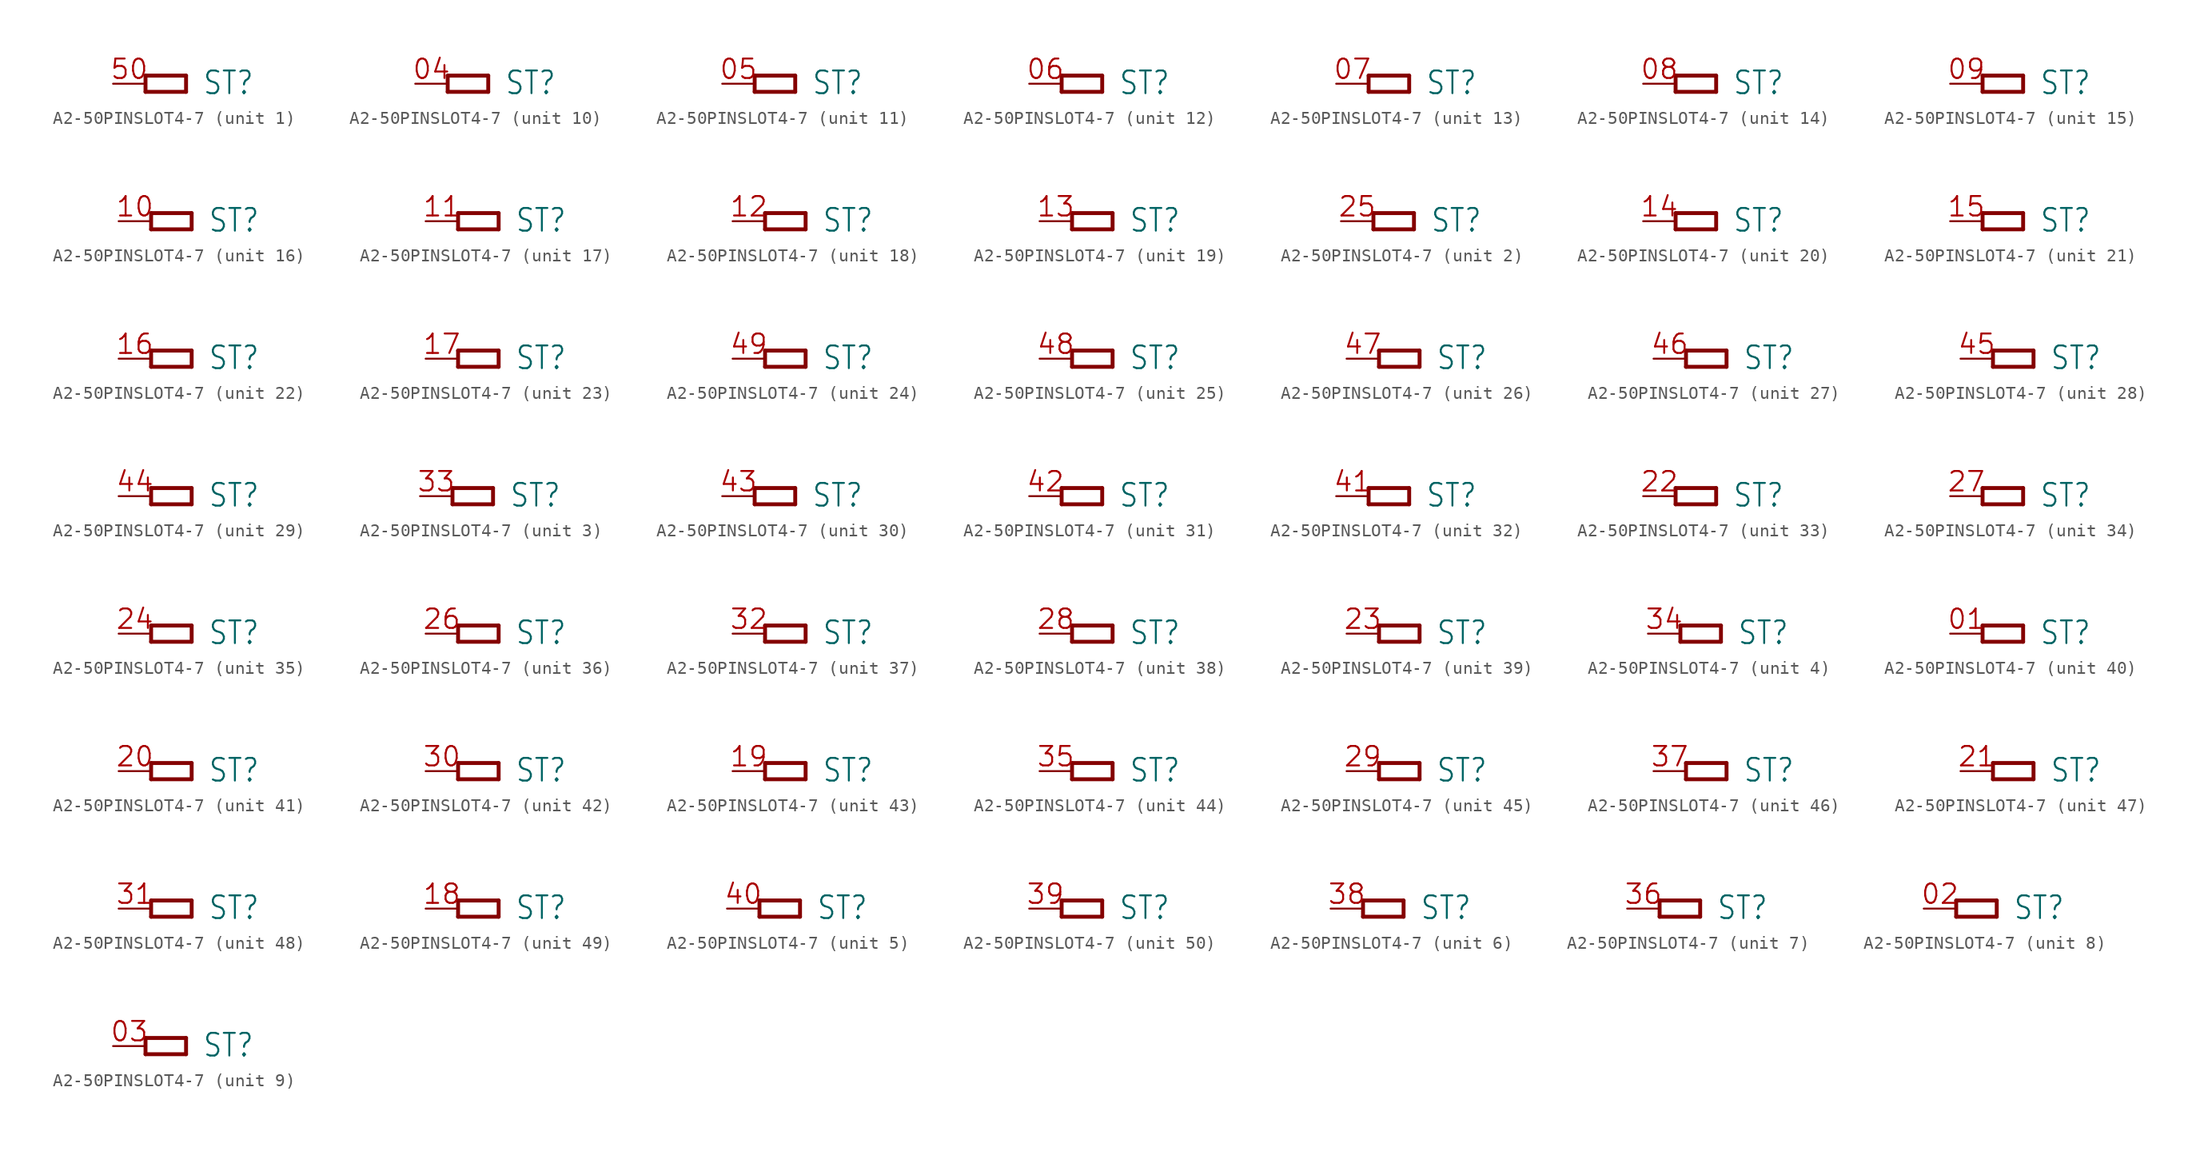
<source format=kicad_sym>
(kicad_symbol_lib
  (version 20241209)
  (generator "kicad_symbol_editor")
  (generator_version "9.0")
  (symbol "A2-50PINSLOT4-7"
    (property "Reference" "ST"
      (at 4.445 -0.965 0)
      (effects (font (size 1.778 1.511)) (justify left bottom)))
    (property "ki_locked" ""
      (at 0 0 0)
      (effects (font (size 1.27 1.27))))
    (symbol "A2-50PINSLOT4-7_1_0"
      (polyline (pts (xy 0 0.635) (xy 3.175 0.635)) (stroke (width 0.305) (type solid)) (fill (type none)))
      (polyline (pts (xy 0 -0.635) (xy 0 0.635)) (stroke (width 0.305) (type solid)) (fill (type none)))
      (polyline (pts (xy 3.175 0.635) (xy 3.175 -0.635)) (stroke (width 0.305) (type solid)) (fill (type none)))
      (polyline (pts (xy 3.175 -0.635) (xy 0 -0.635)) (stroke (width 0.305) (type solid)) (fill (type none)))
      (pin bidirectional line (at -2.54 0 0) (length 2.54) (name "P" (effects (font (size 0 0)))) (number "50" (effects (font (size 1.524 1.524))))))
    (symbol "A2-50PINSLOT4-7_2_0"
      (polyline (pts (xy 0 0.635) (xy 3.175 0.635)) (stroke (width 0.305) (type solid)) (fill (type none)))
      (polyline (pts (xy 0 -0.635) (xy 0 0.635)) (stroke (width 0.305) (type solid)) (fill (type none)))
      (polyline (pts (xy 3.175 0.635) (xy 3.175 -0.635)) (stroke (width 0.305) (type solid)) (fill (type none)))
      (polyline (pts (xy 3.175 -0.635) (xy 0 -0.635)) (stroke (width 0.305) (type solid)) (fill (type none)))
      (pin bidirectional line (at -2.54 0 0) (length 2.54) (name "P" (effects (font (size 0 0)))) (number "25" (effects (font (size 1.524 1.524))))))
    (symbol "A2-50PINSLOT4-7_3_0"
      (polyline (pts (xy 0 0.635) (xy 3.175 0.635)) (stroke (width 0.305) (type solid)) (fill (type none)))
      (polyline (pts (xy 0 -0.635) (xy 0 0.635)) (stroke (width 0.305) (type solid)) (fill (type none)))
      (polyline (pts (xy 3.175 0.635) (xy 3.175 -0.635)) (stroke (width 0.305) (type solid)) (fill (type none)))
      (polyline (pts (xy 3.175 -0.635) (xy 0 -0.635)) (stroke (width 0.305) (type solid)) (fill (type none)))
      (pin bidirectional line (at -2.54 0 0) (length 2.54) (name "P" (effects (font (size 0 0)))) (number "33" (effects (font (size 1.524 1.524))))))
    (symbol "A2-50PINSLOT4-7_4_0"
      (polyline (pts (xy 0 0.635) (xy 3.175 0.635)) (stroke (width 0.305) (type solid)) (fill (type none)))
      (polyline (pts (xy 0 -0.635) (xy 0 0.635)) (stroke (width 0.305) (type solid)) (fill (type none)))
      (polyline (pts (xy 3.175 0.635) (xy 3.175 -0.635)) (stroke (width 0.305) (type solid)) (fill (type none)))
      (polyline (pts (xy 3.175 -0.635) (xy 0 -0.635)) (stroke (width 0.305) (type solid)) (fill (type none)))
      (pin bidirectional line (at -2.54 0 0) (length 2.54) (name "P" (effects (font (size 0 0)))) (number "34" (effects (font (size 1.524 1.524))))))
    (symbol "A2-50PINSLOT4-7_5_0"
      (polyline (pts (xy 0 0.635) (xy 3.175 0.635)) (stroke (width 0.305) (type solid)) (fill (type none)))
      (polyline (pts (xy 0 -0.635) (xy 0 0.635)) (stroke (width 0.305) (type solid)) (fill (type none)))
      (polyline (pts (xy 3.175 0.635) (xy 3.175 -0.635)) (stroke (width 0.305) (type solid)) (fill (type none)))
      (polyline (pts (xy 3.175 -0.635) (xy 0 -0.635)) (stroke (width 0.305) (type solid)) (fill (type none)))
      (pin bidirectional line (at -2.54 0 0) (length 2.54) (name "P" (effects (font (size 0 0)))) (number "40" (effects (font (size 1.524 1.524))))))
    (symbol "A2-50PINSLOT4-7_6_0"
      (polyline (pts (xy 0 0.635) (xy 3.175 0.635)) (stroke (width 0.305) (type solid)) (fill (type none)))
      (polyline (pts (xy 0 -0.635) (xy 0 0.635)) (stroke (width 0.305) (type solid)) (fill (type none)))
      (polyline (pts (xy 3.175 0.635) (xy 3.175 -0.635)) (stroke (width 0.305) (type solid)) (fill (type none)))
      (polyline (pts (xy 3.175 -0.635) (xy 0 -0.635)) (stroke (width 0.305) (type solid)) (fill (type none)))
      (pin bidirectional line (at -2.54 0 0) (length 2.54) (name "P" (effects (font (size 0 0)))) (number "38" (effects (font (size 1.524 1.524))))))
    (symbol "A2-50PINSLOT4-7_7_0"
      (polyline (pts (xy 0 0.635) (xy 3.175 0.635)) (stroke (width 0.305) (type solid)) (fill (type none)))
      (polyline (pts (xy 0 -0.635) (xy 0 0.635)) (stroke (width 0.305) (type solid)) (fill (type none)))
      (polyline (pts (xy 3.175 0.635) (xy 3.175 -0.635)) (stroke (width 0.305) (type solid)) (fill (type none)))
      (polyline (pts (xy 3.175 -0.635) (xy 0 -0.635)) (stroke (width 0.305) (type solid)) (fill (type none)))
      (pin bidirectional line (at -2.54 0 0) (length 2.54) (name "P" (effects (font (size 0 0)))) (number "36" (effects (font (size 1.524 1.524))))))
    (symbol "A2-50PINSLOT4-7_8_0"
      (polyline (pts (xy 0 0.635) (xy 3.175 0.635)) (stroke (width 0.305) (type solid)) (fill (type none)))
      (polyline (pts (xy 0 -0.635) (xy 0 0.635)) (stroke (width 0.305) (type solid)) (fill (type none)))
      (polyline (pts (xy 3.175 0.635) (xy 3.175 -0.635)) (stroke (width 0.305) (type solid)) (fill (type none)))
      (polyline (pts (xy 3.175 -0.635) (xy 0 -0.635)) (stroke (width 0.305) (type solid)) (fill (type none)))
      (pin bidirectional line (at -2.54 0 0) (length 2.54) (name "P" (effects (font (size 0 0)))) (number "02" (effects (font (size 1.524 1.524))))))
    (symbol "A2-50PINSLOT4-7_9_0"
      (polyline (pts (xy 0 0.635) (xy 3.175 0.635)) (stroke (width 0.305) (type solid)) (fill (type none)))
      (polyline (pts (xy 0 -0.635) (xy 0 0.635)) (stroke (width 0.305) (type solid)) (fill (type none)))
      (polyline (pts (xy 3.175 0.635) (xy 3.175 -0.635)) (stroke (width 0.305) (type solid)) (fill (type none)))
      (polyline (pts (xy 3.175 -0.635) (xy 0 -0.635)) (stroke (width 0.305) (type solid)) (fill (type none)))
      (pin bidirectional line (at -2.54 0 0) (length 2.54) (name "P" (effects (font (size 0 0)))) (number "03" (effects (font (size 1.524 1.524))))))
    (symbol "A2-50PINSLOT4-7_10_0"
      (polyline (pts (xy 0 0.635) (xy 3.175 0.635)) (stroke (width 0.305) (type solid)) (fill (type none)))
      (polyline (pts (xy 0 -0.635) (xy 0 0.635)) (stroke (width 0.305) (type solid)) (fill (type none)))
      (polyline (pts (xy 3.175 0.635) (xy 3.175 -0.635)) (stroke (width 0.305) (type solid)) (fill (type none)))
      (polyline (pts (xy 3.175 -0.635) (xy 0 -0.635)) (stroke (width 0.305) (type solid)) (fill (type none)))
      (pin bidirectional line (at -2.54 0 0) (length 2.54) (name "P" (effects (font (size 0 0)))) (number "04" (effects (font (size 1.524 1.524))))))
    (symbol "A2-50PINSLOT4-7_11_0"
      (polyline (pts (xy 0 0.635) (xy 3.175 0.635)) (stroke (width 0.305) (type solid)) (fill (type none)))
      (polyline (pts (xy 0 -0.635) (xy 0 0.635)) (stroke (width 0.305) (type solid)) (fill (type none)))
      (polyline (pts (xy 3.175 0.635) (xy 3.175 -0.635)) (stroke (width 0.305) (type solid)) (fill (type none)))
      (polyline (pts (xy 3.175 -0.635) (xy 0 -0.635)) (stroke (width 0.305) (type solid)) (fill (type none)))
      (pin bidirectional line (at -2.54 0 0) (length 2.54) (name "P" (effects (font (size 0 0)))) (number "05" (effects (font (size 1.524 1.524))))))
    (symbol "A2-50PINSLOT4-7_12_0"
      (polyline (pts (xy 0 0.635) (xy 3.175 0.635)) (stroke (width 0.305) (type solid)) (fill (type none)))
      (polyline (pts (xy 0 -0.635) (xy 0 0.635)) (stroke (width 0.305) (type solid)) (fill (type none)))
      (polyline (pts (xy 3.175 0.635) (xy 3.175 -0.635)) (stroke (width 0.305) (type solid)) (fill (type none)))
      (polyline (pts (xy 3.175 -0.635) (xy 0 -0.635)) (stroke (width 0.305) (type solid)) (fill (type none)))
      (pin bidirectional line (at -2.54 0 0) (length 2.54) (name "P" (effects (font (size 0 0)))) (number "06" (effects (font (size 1.524 1.524))))))
    (symbol "A2-50PINSLOT4-7_13_0"
      (polyline (pts (xy 0 0.635) (xy 3.175 0.635)) (stroke (width 0.305) (type solid)) (fill (type none)))
      (polyline (pts (xy 0 -0.635) (xy 0 0.635)) (stroke (width 0.305) (type solid)) (fill (type none)))
      (polyline (pts (xy 3.175 0.635) (xy 3.175 -0.635)) (stroke (width 0.305) (type solid)) (fill (type none)))
      (polyline (pts (xy 3.175 -0.635) (xy 0 -0.635)) (stroke (width 0.305) (type solid)) (fill (type none)))
      (pin bidirectional line (at -2.54 0 0) (length 2.54) (name "P" (effects (font (size 0 0)))) (number "07" (effects (font (size 1.524 1.524))))))
    (symbol "A2-50PINSLOT4-7_14_0"
      (polyline (pts (xy 0 0.635) (xy 3.175 0.635)) (stroke (width 0.305) (type solid)) (fill (type none)))
      (polyline (pts (xy 0 -0.635) (xy 0 0.635)) (stroke (width 0.305) (type solid)) (fill (type none)))
      (polyline (pts (xy 3.175 0.635) (xy 3.175 -0.635)) (stroke (width 0.305) (type solid)) (fill (type none)))
      (polyline (pts (xy 3.175 -0.635) (xy 0 -0.635)) (stroke (width 0.305) (type solid)) (fill (type none)))
      (pin bidirectional line (at -2.54 0 0) (length 2.54) (name "P" (effects (font (size 0 0)))) (number "08" (effects (font (size 1.524 1.524))))))
    (symbol "A2-50PINSLOT4-7_15_0"
      (polyline (pts (xy 0 0.635) (xy 3.175 0.635)) (stroke (width 0.305) (type solid)) (fill (type none)))
      (polyline (pts (xy 0 -0.635) (xy 0 0.635)) (stroke (width 0.305) (type solid)) (fill (type none)))
      (polyline (pts (xy 3.175 0.635) (xy 3.175 -0.635)) (stroke (width 0.305) (type solid)) (fill (type none)))
      (polyline (pts (xy 3.175 -0.635) (xy 0 -0.635)) (stroke (width 0.305) (type solid)) (fill (type none)))
      (pin bidirectional line (at -2.54 0 0) (length 2.54) (name "P" (effects (font (size 0 0)))) (number "09" (effects (font (size 1.524 1.524))))))
    (symbol "A2-50PINSLOT4-7_16_0"
      (polyline (pts (xy 0 0.635) (xy 3.175 0.635)) (stroke (width 0.305) (type solid)) (fill (type none)))
      (polyline (pts (xy 0 -0.635) (xy 0 0.635)) (stroke (width 0.305) (type solid)) (fill (type none)))
      (polyline (pts (xy 3.175 0.635) (xy 3.175 -0.635)) (stroke (width 0.305) (type solid)) (fill (type none)))
      (polyline (pts (xy 3.175 -0.635) (xy 0 -0.635)) (stroke (width 0.305) (type solid)) (fill (type none)))
      (pin bidirectional line (at -2.54 0 0) (length 2.54) (name "P" (effects (font (size 0 0)))) (number "10" (effects (font (size 1.524 1.524))))))
    (symbol "A2-50PINSLOT4-7_17_0"
      (polyline (pts (xy 0 0.635) (xy 3.175 0.635)) (stroke (width 0.305) (type solid)) (fill (type none)))
      (polyline (pts (xy 0 -0.635) (xy 0 0.635)) (stroke (width 0.305) (type solid)) (fill (type none)))
      (polyline (pts (xy 3.175 0.635) (xy 3.175 -0.635)) (stroke (width 0.305) (type solid)) (fill (type none)))
      (polyline (pts (xy 3.175 -0.635) (xy 0 -0.635)) (stroke (width 0.305) (type solid)) (fill (type none)))
      (pin bidirectional line (at -2.54 0 0) (length 2.54) (name "P" (effects (font (size 0 0)))) (number "11" (effects (font (size 1.524 1.524))))))
    (symbol "A2-50PINSLOT4-7_18_0"
      (polyline (pts (xy 0 0.635) (xy 3.175 0.635)) (stroke (width 0.305) (type solid)) (fill (type none)))
      (polyline (pts (xy 0 -0.635) (xy 0 0.635)) (stroke (width 0.305) (type solid)) (fill (type none)))
      (polyline (pts (xy 3.175 0.635) (xy 3.175 -0.635)) (stroke (width 0.305) (type solid)) (fill (type none)))
      (polyline (pts (xy 3.175 -0.635) (xy 0 -0.635)) (stroke (width 0.305) (type solid)) (fill (type none)))
      (pin bidirectional line (at -2.54 0 0) (length 2.54) (name "P" (effects (font (size 0 0)))) (number "12" (effects (font (size 1.524 1.524))))))
    (symbol "A2-50PINSLOT4-7_19_0"
      (polyline (pts (xy 0 0.635) (xy 3.175 0.635)) (stroke (width 0.305) (type solid)) (fill (type none)))
      (polyline (pts (xy 0 -0.635) (xy 0 0.635)) (stroke (width 0.305) (type solid)) (fill (type none)))
      (polyline (pts (xy 3.175 0.635) (xy 3.175 -0.635)) (stroke (width 0.305) (type solid)) (fill (type none)))
      (polyline (pts (xy 3.175 -0.635) (xy 0 -0.635)) (stroke (width 0.305) (type solid)) (fill (type none)))
      (pin bidirectional line (at -2.54 0 0) (length 2.54) (name "P" (effects (font (size 0 0)))) (number "13" (effects (font (size 1.524 1.524))))))
    (symbol "A2-50PINSLOT4-7_20_0"
      (polyline (pts (xy 0 0.635) (xy 3.175 0.635)) (stroke (width 0.305) (type solid)) (fill (type none)))
      (polyline (pts (xy 0 -0.635) (xy 0 0.635)) (stroke (width 0.305) (type solid)) (fill (type none)))
      (polyline (pts (xy 3.175 0.635) (xy 3.175 -0.635)) (stroke (width 0.305) (type solid)) (fill (type none)))
      (polyline (pts (xy 3.175 -0.635) (xy 0 -0.635)) (stroke (width 0.305) (type solid)) (fill (type none)))
      (pin bidirectional line (at -2.54 0 0) (length 2.54) (name "P" (effects (font (size 0 0)))) (number "14" (effects (font (size 1.524 1.524))))))
    (symbol "A2-50PINSLOT4-7_21_0"
      (polyline (pts (xy 0 0.635) (xy 3.175 0.635)) (stroke (width 0.305) (type solid)) (fill (type none)))
      (polyline (pts (xy 0 -0.635) (xy 0 0.635)) (stroke (width 0.305) (type solid)) (fill (type none)))
      (polyline (pts (xy 3.175 0.635) (xy 3.175 -0.635)) (stroke (width 0.305) (type solid)) (fill (type none)))
      (polyline (pts (xy 3.175 -0.635) (xy 0 -0.635)) (stroke (width 0.305) (type solid)) (fill (type none)))
      (pin bidirectional line (at -2.54 0 0) (length 2.54) (name "P" (effects (font (size 0 0)))) (number "15" (effects (font (size 1.524 1.524))))))
    (symbol "A2-50PINSLOT4-7_22_0"
      (polyline (pts (xy 0 0.635) (xy 3.175 0.635)) (stroke (width 0.305) (type solid)) (fill (type none)))
      (polyline (pts (xy 0 -0.635) (xy 0 0.635)) (stroke (width 0.305) (type solid)) (fill (type none)))
      (polyline (pts (xy 3.175 0.635) (xy 3.175 -0.635)) (stroke (width 0.305) (type solid)) (fill (type none)))
      (polyline (pts (xy 3.175 -0.635) (xy 0 -0.635)) (stroke (width 0.305) (type solid)) (fill (type none)))
      (pin bidirectional line (at -2.54 0 0) (length 2.54) (name "P" (effects (font (size 0 0)))) (number "16" (effects (font (size 1.524 1.524))))))
    (symbol "A2-50PINSLOT4-7_23_0"
      (polyline (pts (xy 0 0.635) (xy 3.175 0.635)) (stroke (width 0.305) (type solid)) (fill (type none)))
      (polyline (pts (xy 0 -0.635) (xy 0 0.635)) (stroke (width 0.305) (type solid)) (fill (type none)))
      (polyline (pts (xy 3.175 0.635) (xy 3.175 -0.635)) (stroke (width 0.305) (type solid)) (fill (type none)))
      (polyline (pts (xy 3.175 -0.635) (xy 0 -0.635)) (stroke (width 0.305) (type solid)) (fill (type none)))
      (pin bidirectional line (at -2.54 0 0) (length 2.54) (name "P" (effects (font (size 0 0)))) (number "17" (effects (font (size 1.524 1.524))))))
    (symbol "A2-50PINSLOT4-7_24_0"
      (polyline (pts (xy 0 0.635) (xy 3.175 0.635)) (stroke (width 0.305) (type solid)) (fill (type none)))
      (polyline (pts (xy 0 -0.635) (xy 0 0.635)) (stroke (width 0.305) (type solid)) (fill (type none)))
      (polyline (pts (xy 3.175 0.635) (xy 3.175 -0.635)) (stroke (width 0.305) (type solid)) (fill (type none)))
      (polyline (pts (xy 3.175 -0.635) (xy 0 -0.635)) (stroke (width 0.305) (type solid)) (fill (type none)))
      (pin bidirectional line (at -2.54 0 0) (length 2.54) (name "P" (effects (font (size 0 0)))) (number "49" (effects (font (size 1.524 1.524))))))
    (symbol "A2-50PINSLOT4-7_25_0"
      (polyline (pts (xy 0 0.635) (xy 3.175 0.635)) (stroke (width 0.305) (type solid)) (fill (type none)))
      (polyline (pts (xy 0 -0.635) (xy 0 0.635)) (stroke (width 0.305) (type solid)) (fill (type none)))
      (polyline (pts (xy 3.175 0.635) (xy 3.175 -0.635)) (stroke (width 0.305) (type solid)) (fill (type none)))
      (polyline (pts (xy 3.175 -0.635) (xy 0 -0.635)) (stroke (width 0.305) (type solid)) (fill (type none)))
      (pin bidirectional line (at -2.54 0 0) (length 2.54) (name "P" (effects (font (size 0 0)))) (number "48" (effects (font (size 1.524 1.524))))))
    (symbol "A2-50PINSLOT4-7_26_0"
      (polyline (pts (xy 0 0.635) (xy 3.175 0.635)) (stroke (width 0.305) (type solid)) (fill (type none)))
      (polyline (pts (xy 0 -0.635) (xy 0 0.635)) (stroke (width 0.305) (type solid)) (fill (type none)))
      (polyline (pts (xy 3.175 0.635) (xy 3.175 -0.635)) (stroke (width 0.305) (type solid)) (fill (type none)))
      (polyline (pts (xy 3.175 -0.635) (xy 0 -0.635)) (stroke (width 0.305) (type solid)) (fill (type none)))
      (pin bidirectional line (at -2.54 0 0) (length 2.54) (name "P" (effects (font (size 0 0)))) (number "47" (effects (font (size 1.524 1.524))))))
    (symbol "A2-50PINSLOT4-7_27_0"
      (polyline (pts (xy 0 0.635) (xy 3.175 0.635)) (stroke (width 0.305) (type solid)) (fill (type none)))
      (polyline (pts (xy 0 -0.635) (xy 0 0.635)) (stroke (width 0.305) (type solid)) (fill (type none)))
      (polyline (pts (xy 3.175 0.635) (xy 3.175 -0.635)) (stroke (width 0.305) (type solid)) (fill (type none)))
      (polyline (pts (xy 3.175 -0.635) (xy 0 -0.635)) (stroke (width 0.305) (type solid)) (fill (type none)))
      (pin bidirectional line (at -2.54 0 0) (length 2.54) (name "P" (effects (font (size 0 0)))) (number "46" (effects (font (size 1.524 1.524))))))
    (symbol "A2-50PINSLOT4-7_28_0"
      (polyline (pts (xy 0 0.635) (xy 3.175 0.635)) (stroke (width 0.305) (type solid)) (fill (type none)))
      (polyline (pts (xy 0 -0.635) (xy 0 0.635)) (stroke (width 0.305) (type solid)) (fill (type none)))
      (polyline (pts (xy 3.175 0.635) (xy 3.175 -0.635)) (stroke (width 0.305) (type solid)) (fill (type none)))
      (polyline (pts (xy 3.175 -0.635) (xy 0 -0.635)) (stroke (width 0.305) (type solid)) (fill (type none)))
      (pin bidirectional line (at -2.54 0 0) (length 2.54) (name "P" (effects (font (size 0 0)))) (number "45" (effects (font (size 1.524 1.524))))))
    (symbol "A2-50PINSLOT4-7_29_0"
      (polyline (pts (xy 0 0.635) (xy 3.175 0.635)) (stroke (width 0.305) (type solid)) (fill (type none)))
      (polyline (pts (xy 0 -0.635) (xy 0 0.635)) (stroke (width 0.305) (type solid)) (fill (type none)))
      (polyline (pts (xy 3.175 0.635) (xy 3.175 -0.635)) (stroke (width 0.305) (type solid)) (fill (type none)))
      (polyline (pts (xy 3.175 -0.635) (xy 0 -0.635)) (stroke (width 0.305) (type solid)) (fill (type none)))
      (pin bidirectional line (at -2.54 0 0) (length 2.54) (name "P" (effects (font (size 0 0)))) (number "44" (effects (font (size 1.524 1.524))))))
    (symbol "A2-50PINSLOT4-7_30_0"
      (polyline (pts (xy 0 0.635) (xy 3.175 0.635)) (stroke (width 0.305) (type solid)) (fill (type none)))
      (polyline (pts (xy 0 -0.635) (xy 0 0.635)) (stroke (width 0.305) (type solid)) (fill (type none)))
      (polyline (pts (xy 3.175 0.635) (xy 3.175 -0.635)) (stroke (width 0.305) (type solid)) (fill (type none)))
      (polyline (pts (xy 3.175 -0.635) (xy 0 -0.635)) (stroke (width 0.305) (type solid)) (fill (type none)))
      (pin bidirectional line (at -2.54 0 0) (length 2.54) (name "P" (effects (font (size 0 0)))) (number "43" (effects (font (size 1.524 1.524))))))
    (symbol "A2-50PINSLOT4-7_31_0"
      (polyline (pts (xy 0 0.635) (xy 3.175 0.635)) (stroke (width 0.305) (type solid)) (fill (type none)))
      (polyline (pts (xy 0 -0.635) (xy 0 0.635)) (stroke (width 0.305) (type solid)) (fill (type none)))
      (polyline (pts (xy 3.175 0.635) (xy 3.175 -0.635)) (stroke (width 0.305) (type solid)) (fill (type none)))
      (polyline (pts (xy 3.175 -0.635) (xy 0 -0.635)) (stroke (width 0.305) (type solid)) (fill (type none)))
      (pin bidirectional line (at -2.54 0 0) (length 2.54) (name "P" (effects (font (size 0 0)))) (number "42" (effects (font (size 1.524 1.524))))))
    (symbol "A2-50PINSLOT4-7_32_0"
      (polyline (pts (xy 0 0.635) (xy 3.175 0.635)) (stroke (width 0.305) (type solid)) (fill (type none)))
      (polyline (pts (xy 0 -0.635) (xy 0 0.635)) (stroke (width 0.305) (type solid)) (fill (type none)))
      (polyline (pts (xy 3.175 0.635) (xy 3.175 -0.635)) (stroke (width 0.305) (type solid)) (fill (type none)))
      (polyline (pts (xy 3.175 -0.635) (xy 0 -0.635)) (stroke (width 0.305) (type solid)) (fill (type none)))
      (pin bidirectional line (at -2.54 0 0) (length 2.54) (name "P" (effects (font (size 0 0)))) (number "41" (effects (font (size 1.524 1.524))))))
    (symbol "A2-50PINSLOT4-7_33_0"
      (polyline (pts (xy 0 0.635) (xy 3.175 0.635)) (stroke (width 0.305) (type solid)) (fill (type none)))
      (polyline (pts (xy 0 -0.635) (xy 0 0.635)) (stroke (width 0.305) (type solid)) (fill (type none)))
      (polyline (pts (xy 3.175 0.635) (xy 3.175 -0.635)) (stroke (width 0.305) (type solid)) (fill (type none)))
      (polyline (pts (xy 3.175 -0.635) (xy 0 -0.635)) (stroke (width 0.305) (type solid)) (fill (type none)))
      (pin bidirectional line (at -2.54 0 0) (length 2.54) (name "P" (effects (font (size 0 0)))) (number "22" (effects (font (size 1.524 1.524))))))
    (symbol "A2-50PINSLOT4-7_34_0"
      (polyline (pts (xy 0 0.635) (xy 3.175 0.635)) (stroke (width 0.305) (type solid)) (fill (type none)))
      (polyline (pts (xy 0 -0.635) (xy 0 0.635)) (stroke (width 0.305) (type solid)) (fill (type none)))
      (polyline (pts (xy 3.175 0.635) (xy 3.175 -0.635)) (stroke (width 0.305) (type solid)) (fill (type none)))
      (polyline (pts (xy 3.175 -0.635) (xy 0 -0.635)) (stroke (width 0.305) (type solid)) (fill (type none)))
      (pin bidirectional line (at -2.54 0 0) (length 2.54) (name "P" (effects (font (size 0 0)))) (number "27" (effects (font (size 1.524 1.524))))))
    (symbol "A2-50PINSLOT4-7_35_0"
      (polyline (pts (xy 0 0.635) (xy 3.175 0.635)) (stroke (width 0.305) (type solid)) (fill (type none)))
      (polyline (pts (xy 0 -0.635) (xy 0 0.635)) (stroke (width 0.305) (type solid)) (fill (type none)))
      (polyline (pts (xy 3.175 0.635) (xy 3.175 -0.635)) (stroke (width 0.305) (type solid)) (fill (type none)))
      (polyline (pts (xy 3.175 -0.635) (xy 0 -0.635)) (stroke (width 0.305) (type solid)) (fill (type none)))
      (pin bidirectional line (at -2.54 0 0) (length 2.54) (name "P" (effects (font (size 0 0)))) (number "24" (effects (font (size 1.524 1.524))))))
    (symbol "A2-50PINSLOT4-7_36_0"
      (polyline (pts (xy 0 0.635) (xy 3.175 0.635)) (stroke (width 0.305) (type solid)) (fill (type none)))
      (polyline (pts (xy 0 -0.635) (xy 0 0.635)) (stroke (width 0.305) (type solid)) (fill (type none)))
      (polyline (pts (xy 3.175 0.635) (xy 3.175 -0.635)) (stroke (width 0.305) (type solid)) (fill (type none)))
      (polyline (pts (xy 3.175 -0.635) (xy 0 -0.635)) (stroke (width 0.305) (type solid)) (fill (type none)))
      (pin bidirectional line (at -2.54 0 0) (length 2.54) (name "P" (effects (font (size 0 0)))) (number "26" (effects (font (size 1.524 1.524))))))
    (symbol "A2-50PINSLOT4-7_37_0"
      (polyline (pts (xy 0 0.635) (xy 3.175 0.635)) (stroke (width 0.305) (type solid)) (fill (type none)))
      (polyline (pts (xy 0 -0.635) (xy 0 0.635)) (stroke (width 0.305) (type solid)) (fill (type none)))
      (polyline (pts (xy 3.175 0.635) (xy 3.175 -0.635)) (stroke (width 0.305) (type solid)) (fill (type none)))
      (polyline (pts (xy 3.175 -0.635) (xy 0 -0.635)) (stroke (width 0.305) (type solid)) (fill (type none)))
      (pin bidirectional line (at -2.54 0 0) (length 2.54) (name "P" (effects (font (size 0 0)))) (number "32" (effects (font (size 1.524 1.524))))))
    (symbol "A2-50PINSLOT4-7_38_0"
      (polyline (pts (xy 0 0.635) (xy 3.175 0.635)) (stroke (width 0.305) (type solid)) (fill (type none)))
      (polyline (pts (xy 0 -0.635) (xy 0 0.635)) (stroke (width 0.305) (type solid)) (fill (type none)))
      (polyline (pts (xy 3.175 0.635) (xy 3.175 -0.635)) (stroke (width 0.305) (type solid)) (fill (type none)))
      (polyline (pts (xy 3.175 -0.635) (xy 0 -0.635)) (stroke (width 0.305) (type solid)) (fill (type none)))
      (pin bidirectional line (at -2.54 0 0) (length 2.54) (name "P" (effects (font (size 0 0)))) (number "28" (effects (font (size 1.524 1.524))))))
    (symbol "A2-50PINSLOT4-7_39_0"
      (polyline (pts (xy 0 0.635) (xy 3.175 0.635)) (stroke (width 0.305) (type solid)) (fill (type none)))
      (polyline (pts (xy 0 -0.635) (xy 0 0.635)) (stroke (width 0.305) (type solid)) (fill (type none)))
      (polyline (pts (xy 3.175 0.635) (xy 3.175 -0.635)) (stroke (width 0.305) (type solid)) (fill (type none)))
      (polyline (pts (xy 3.175 -0.635) (xy 0 -0.635)) (stroke (width 0.305) (type solid)) (fill (type none)))
      (pin bidirectional line (at -2.54 0 0) (length 2.54) (name "P" (effects (font (size 0 0)))) (number "23" (effects (font (size 1.524 1.524))))))
    (symbol "A2-50PINSLOT4-7_40_0"
      (polyline (pts (xy 0 0.635) (xy 3.175 0.635)) (stroke (width 0.305) (type solid)) (fill (type none)))
      (polyline (pts (xy 0 -0.635) (xy 0 0.635)) (stroke (width 0.305) (type solid)) (fill (type none)))
      (polyline (pts (xy 3.175 0.635) (xy 3.175 -0.635)) (stroke (width 0.305) (type solid)) (fill (type none)))
      (polyline (pts (xy 3.175 -0.635) (xy 0 -0.635)) (stroke (width 0.305) (type solid)) (fill (type none)))
      (pin bidirectional line (at -2.54 0 0) (length 2.54) (name "P" (effects (font (size 0 0)))) (number "01" (effects (font (size 1.524 1.524))))))
    (symbol "A2-50PINSLOT4-7_41_0"
      (polyline (pts (xy 0 0.635) (xy 3.175 0.635)) (stroke (width 0.305) (type solid)) (fill (type none)))
      (polyline (pts (xy 0 -0.635) (xy 0 0.635)) (stroke (width 0.305) (type solid)) (fill (type none)))
      (polyline (pts (xy 3.175 0.635) (xy 3.175 -0.635)) (stroke (width 0.305) (type solid)) (fill (type none)))
      (polyline (pts (xy 3.175 -0.635) (xy 0 -0.635)) (stroke (width 0.305) (type solid)) (fill (type none)))
      (pin bidirectional line (at -2.54 0 0) (length 2.54) (name "P" (effects (font (size 0 0)))) (number "20" (effects (font (size 1.524 1.524))))))
    (symbol "A2-50PINSLOT4-7_42_0"
      (polyline (pts (xy 0 0.635) (xy 3.175 0.635)) (stroke (width 0.305) (type solid)) (fill (type none)))
      (polyline (pts (xy 0 -0.635) (xy 0 0.635)) (stroke (width 0.305) (type solid)) (fill (type none)))
      (polyline (pts (xy 3.175 0.635) (xy 3.175 -0.635)) (stroke (width 0.305) (type solid)) (fill (type none)))
      (polyline (pts (xy 3.175 -0.635) (xy 0 -0.635)) (stroke (width 0.305) (type solid)) (fill (type none)))
      (pin bidirectional line (at -2.54 0 0) (length 2.54) (name "P" (effects (font (size 0 0)))) (number "30" (effects (font (size 1.524 1.524))))))
    (symbol "A2-50PINSLOT4-7_43_0"
      (polyline (pts (xy 0 0.635) (xy 3.175 0.635)) (stroke (width 0.305) (type solid)) (fill (type none)))
      (polyline (pts (xy 0 -0.635) (xy 0 0.635)) (stroke (width 0.305) (type solid)) (fill (type none)))
      (polyline (pts (xy 3.175 0.635) (xy 3.175 -0.635)) (stroke (width 0.305) (type solid)) (fill (type none)))
      (polyline (pts (xy 3.175 -0.635) (xy 0 -0.635)) (stroke (width 0.305) (type solid)) (fill (type none)))
      (pin bidirectional line (at -2.54 0 0) (length 2.54) (name "P" (effects (font (size 0 0)))) (number "19" (effects (font (size 1.524 1.524))))))
    (symbol "A2-50PINSLOT4-7_44_0"
      (polyline (pts (xy 0 0.635) (xy 3.175 0.635)) (stroke (width 0.305) (type solid)) (fill (type none)))
      (polyline (pts (xy 0 -0.635) (xy 0 0.635)) (stroke (width 0.305) (type solid)) (fill (type none)))
      (polyline (pts (xy 3.175 0.635) (xy 3.175 -0.635)) (stroke (width 0.305) (type solid)) (fill (type none)))
      (polyline (pts (xy 3.175 -0.635) (xy 0 -0.635)) (stroke (width 0.305) (type solid)) (fill (type none)))
      (pin bidirectional line (at -2.54 0 0) (length 2.54) (name "P" (effects (font (size 0 0)))) (number "35" (effects (font (size 1.524 1.524))))))
    (symbol "A2-50PINSLOT4-7_45_0"
      (polyline (pts (xy 0 0.635) (xy 3.175 0.635)) (stroke (width 0.305) (type solid)) (fill (type none)))
      (polyline (pts (xy 0 -0.635) (xy 0 0.635)) (stroke (width 0.305) (type solid)) (fill (type none)))
      (polyline (pts (xy 3.175 0.635) (xy 3.175 -0.635)) (stroke (width 0.305) (type solid)) (fill (type none)))
      (polyline (pts (xy 3.175 -0.635) (xy 0 -0.635)) (stroke (width 0.305) (type solid)) (fill (type none)))
      (pin bidirectional line (at -2.54 0 0) (length 2.54) (name "P" (effects (font (size 0 0)))) (number "29" (effects (font (size 1.524 1.524))))))
    (symbol "A2-50PINSLOT4-7_46_0"
      (polyline (pts (xy 0 0.635) (xy 3.175 0.635)) (stroke (width 0.305) (type solid)) (fill (type none)))
      (polyline (pts (xy 0 -0.635) (xy 0 0.635)) (stroke (width 0.305) (type solid)) (fill (type none)))
      (polyline (pts (xy 3.175 0.635) (xy 3.175 -0.635)) (stroke (width 0.305) (type solid)) (fill (type none)))
      (polyline (pts (xy 3.175 -0.635) (xy 0 -0.635)) (stroke (width 0.305) (type solid)) (fill (type none)))
      (pin bidirectional line (at -2.54 0 0) (length 2.54) (name "P" (effects (font (size 0 0)))) (number "37" (effects (font (size 1.524 1.524))))))
    (symbol "A2-50PINSLOT4-7_47_0"
      (polyline (pts (xy 0 0.635) (xy 3.175 0.635)) (stroke (width 0.305) (type solid)) (fill (type none)))
      (polyline (pts (xy 0 -0.635) (xy 0 0.635)) (stroke (width 0.305) (type solid)) (fill (type none)))
      (polyline (pts (xy 3.175 0.635) (xy 3.175 -0.635)) (stroke (width 0.305) (type solid)) (fill (type none)))
      (polyline (pts (xy 3.175 -0.635) (xy 0 -0.635)) (stroke (width 0.305) (type solid)) (fill (type none)))
      (pin bidirectional line (at -2.54 0 0) (length 2.54) (name "P" (effects (font (size 0 0)))) (number "21" (effects (font (size 1.524 1.524))))))
    (symbol "A2-50PINSLOT4-7_48_0"
      (polyline (pts (xy 0 0.635) (xy 3.175 0.635)) (stroke (width 0.305) (type solid)) (fill (type none)))
      (polyline (pts (xy 0 -0.635) (xy 0 0.635)) (stroke (width 0.305) (type solid)) (fill (type none)))
      (polyline (pts (xy 3.175 0.635) (xy 3.175 -0.635)) (stroke (width 0.305) (type solid)) (fill (type none)))
      (polyline (pts (xy 3.175 -0.635) (xy 0 -0.635)) (stroke (width 0.305) (type solid)) (fill (type none)))
      (pin bidirectional line (at -2.54 0 0) (length 2.54) (name "P" (effects (font (size 0 0)))) (number "31" (effects (font (size 1.524 1.524))))))
    (symbol "A2-50PINSLOT4-7_49_0"
      (polyline (pts (xy 0 0.635) (xy 3.175 0.635)) (stroke (width 0.305) (type solid)) (fill (type none)))
      (polyline (pts (xy 0 -0.635) (xy 0 0.635)) (stroke (width 0.305) (type solid)) (fill (type none)))
      (polyline (pts (xy 3.175 0.635) (xy 3.175 -0.635)) (stroke (width 0.305) (type solid)) (fill (type none)))
      (polyline (pts (xy 3.175 -0.635) (xy 0 -0.635)) (stroke (width 0.305) (type solid)) (fill (type none)))
      (pin bidirectional line (at -2.54 0 0) (length 2.54) (name "P" (effects (font (size 0 0)))) (number "18" (effects (font (size 1.524 1.524))))))
    (symbol "A2-50PINSLOT4-7_50_0"
      (polyline (pts (xy 0 0.635) (xy 3.175 0.635)) (stroke (width 0.305) (type solid)) (fill (type none)))
      (polyline (pts (xy 0 -0.635) (xy 0 0.635)) (stroke (width 0.305) (type solid)) (fill (type none)))
      (polyline (pts (xy 3.175 0.635) (xy 3.175 -0.635)) (stroke (width 0.305) (type solid)) (fill (type none)))
      (polyline (pts (xy 3.175 -0.635) (xy 0 -0.635)) (stroke (width 0.305) (type solid)) (fill (type none)))
      (pin bidirectional line (at -2.54 0 0) (length 2.54) (name "P" (effects (font (size 0 0)))) (number "39" (effects (font (size 1.524 1.524))))))))
</source>
